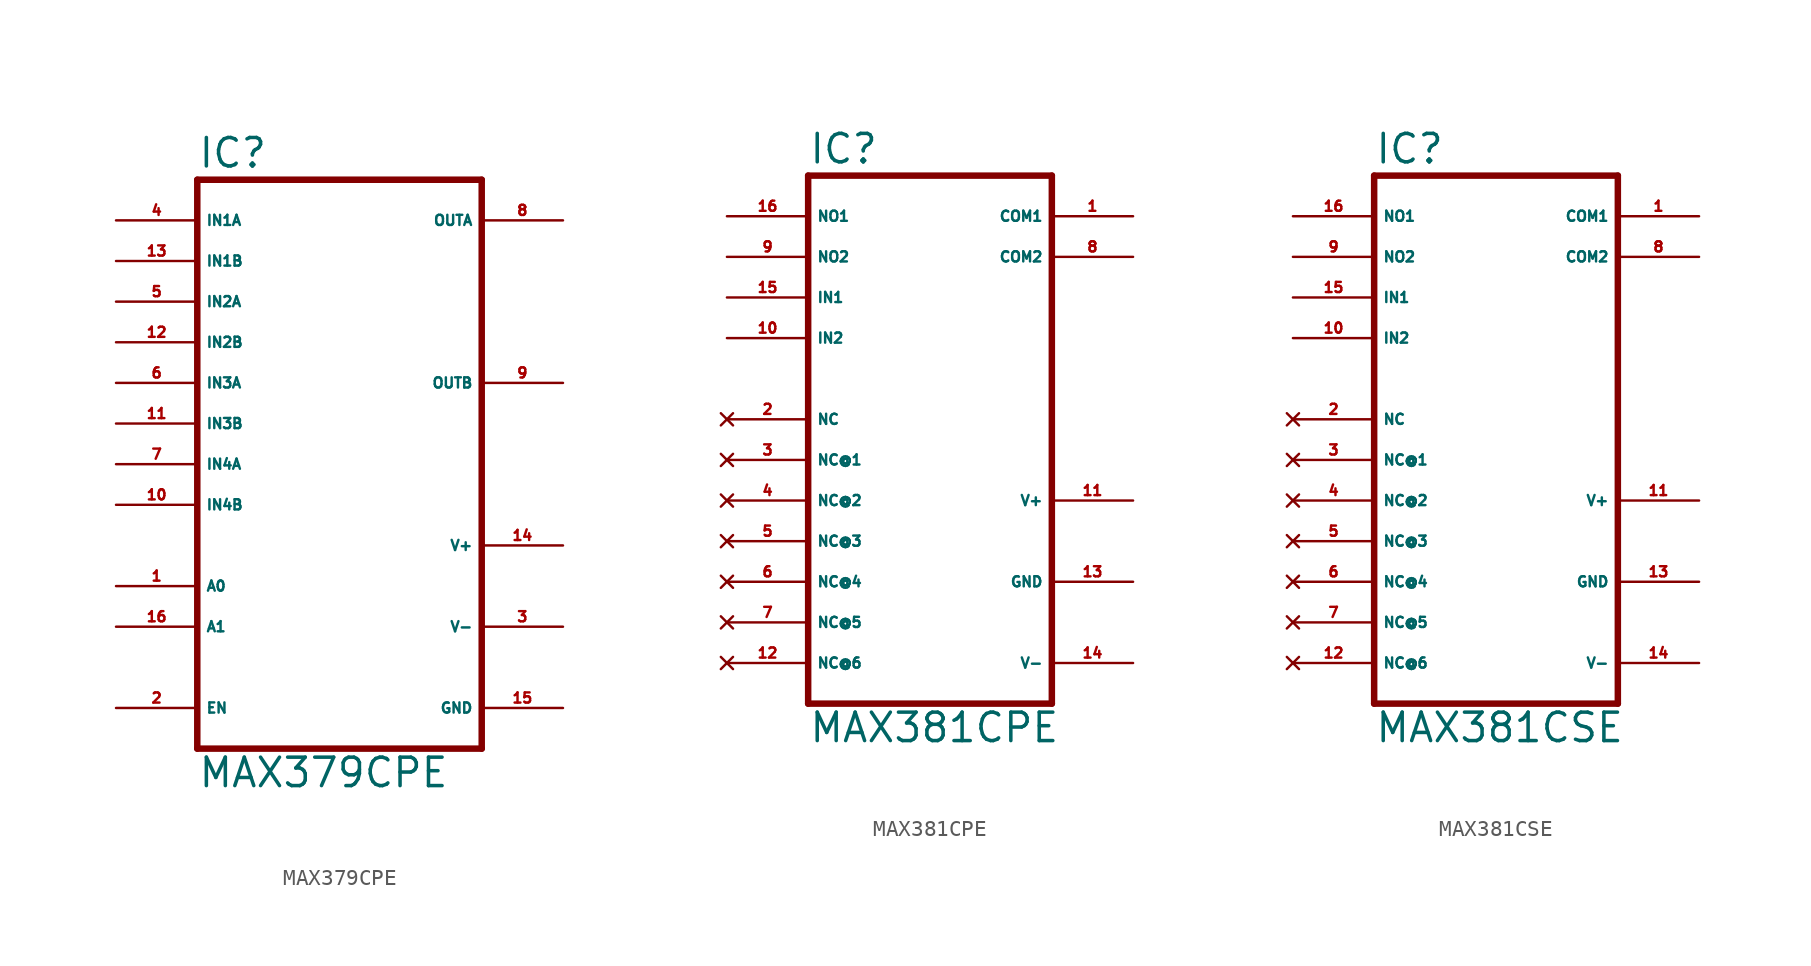
<source format=kicad_sym>
(kicad_symbol_lib
  (version 20220914)
  (generator Eagle2Kicad)
  (symbol "MAX379CPE"
    (property "Reference" "IC"
      (at -10.16 18.415 0)
      (effects (font (size 1.778 1.778) (thickness 0.22)) (justify left bottom)))
    (property "Value" "MAX379CPE"
      (at -10.16 -20.32 0)
      (effects (font (size 1.778 1.778) (thickness 0.22)) (justify left bottom)))
    (polyline
      (pts (xy 7.62 -17.78) (xy -10.16 -17.78))
      (stroke (width 0.406) (type default))
      (fill (type none)))
    (polyline
      (pts (xy -10.16 17.78) (xy -10.16 -17.78))
      (stroke (width 0.406) (type default))
      (fill (type none)))
    (polyline
      (pts (xy -10.16 17.78) (xy 7.62 17.78))
      (stroke (width 0.406) (type default))
      (fill (type none)))
    (polyline
      (pts (xy 7.62 -17.78) (xy 7.62 17.78))
      (stroke (width 0.406) (type default))
      (fill (type none)))
    (pin passive line
      (at -15.24 5.08 0)
      (length 5.08)
      (name "IN3A" (effects (font (size 0.635 0.635) (thickness 0.08)) (justify left bottom)))
      (number "6" (effects (font (size 0.635 0.635) (thickness 0.08)) (justify left bottom))))
    (pin passive line
      (at -15.24 2.54 0)
      (length 5.08)
      (name "IN3B" (effects (font (size 0.635 0.635) (thickness 0.08)) (justify left bottom)))
      (number "11" (effects (font (size 0.635 0.635) (thickness 0.08)) (justify left bottom))))
    (pin passive line
      (at -15.24 0 0)
      (length 5.08)
      (name "IN4A" (effects (font (size 0.635 0.635) (thickness 0.08)) (justify left bottom)))
      (number "7" (effects (font (size 0.635 0.635) (thickness 0.08)) (justify left bottom))))
    (pin passive line
      (at -15.24 -2.54 0)
      (length 5.08)
      (name "IN4B" (effects (font (size 0.635 0.635) (thickness 0.08)) (justify left bottom)))
      (number "10" (effects (font (size 0.635 0.635) (thickness 0.08)) (justify left bottom))))
    (pin passive line
      (at -15.24 15.24 0)
      (length 5.08)
      (name "IN1A" (effects (font (size 0.635 0.635) (thickness 0.08)) (justify left bottom)))
      (number "4" (effects (font (size 0.635 0.635) (thickness 0.08)) (justify left bottom))))
    (pin passive line
      (at -15.24 12.7 0)
      (length 5.08)
      (name "IN1B" (effects (font (size 0.635 0.635) (thickness 0.08)) (justify left bottom)))
      (number "13" (effects (font (size 0.635 0.635) (thickness 0.08)) (justify left bottom))))
    (pin passive line
      (at -15.24 10.16 0)
      (length 5.08)
      (name "IN2A" (effects (font (size 0.635 0.635) (thickness 0.08)) (justify left bottom)))
      (number "5" (effects (font (size 0.635 0.635) (thickness 0.08)) (justify left bottom))))
    (pin passive line
      (at -15.24 7.62 0)
      (length 5.08)
      (name "IN2B" (effects (font (size 0.635 0.635) (thickness 0.08)) (justify left bottom)))
      (number "12" (effects (font (size 0.635 0.635) (thickness 0.08)) (justify left bottom))))
    (pin passive line
      (at 12.7 15.24 180)
      (length 5.08)
      (name "OUTA" (effects (font (size 0.635 0.635) (thickness 0.08)) (justify left bottom)))
      (number "8" (effects (font (size 0.635 0.635) (thickness 0.08)) (justify left bottom))))
    (pin unspecified line
      (at 12.7 -15.24 180)
      (length 5.08)
      (name "GND" (effects (font (size 0.635 0.635) (thickness 0.08)) (justify left bottom)))
      (number "15" (effects (font (size 0.635 0.635) (thickness 0.08)) (justify left bottom))))
    (pin unspecified line
      (at 12.7 -10.16 180)
      (length 5.08)
      (name "V-" (effects (font (size 0.635 0.635) (thickness 0.08)) (justify left bottom)))
      (number "3" (effects (font (size 0.635 0.635) (thickness 0.08)) (justify left bottom))))
    (pin unspecified line
      (at 12.7 -5.08 180)
      (length 5.08)
      (name "V+" (effects (font (size 0.635 0.635) (thickness 0.08)) (justify left bottom)))
      (number "14" (effects (font (size 0.635 0.635) (thickness 0.08)) (justify left bottom))))
    (pin input line
      (at -15.24 -15.24 0)
      (length 5.08)
      (name "EN" (effects (font (size 0.635 0.635) (thickness 0.08)) (justify left bottom)))
      (number "2" (effects (font (size 0.635 0.635) (thickness 0.08)) (justify left bottom))))
    (pin input line
      (at -15.24 -10.16 0)
      (length 5.08)
      (name "A1" (effects (font (size 0.635 0.635) (thickness 0.08)) (justify left bottom)))
      (number "16" (effects (font (size 0.635 0.635) (thickness 0.08)) (justify left bottom))))
    (pin input line
      (at -15.24 -7.62 0)
      (length 5.08)
      (name "A0" (effects (font (size 0.635 0.635) (thickness 0.08)) (justify left bottom)))
      (number "1" (effects (font (size 0.635 0.635) (thickness 0.08)) (justify left bottom))))
    (pin passive line
      (at 12.7 5.08 180)
      (length 5.08)
      (name "OUTB" (effects (font (size 0.635 0.635) (thickness 0.08)) (justify left bottom)))
      (number "9" (effects (font (size 0.635 0.635) (thickness 0.08)) (justify left bottom)))))
  (symbol "MAX381CPE"
    (property "Reference" "IC"
      (at -7.62 15.875 0)
      (effects (font (size 1.778 1.778) (thickness 0.22)) (justify left bottom)))
    (property "Value" "MAX381CPE"
      (at -7.62 -20.32 0)
      (effects (font (size 1.778 1.778) (thickness 0.22)) (justify left bottom)))
    (polyline
      (pts (xy -7.62 -17.78) (xy 7.62 -17.78))
      (stroke (width 0.406) (type default))
      (fill (type none)))
    (polyline
      (pts (xy 7.62 -17.78) (xy 7.62 15.24))
      (stroke (width 0.406) (type default))
      (fill (type none)))
    (polyline
      (pts (xy 7.62 15.24) (xy -7.62 15.24))
      (stroke (width 0.406) (type default))
      (fill (type none)))
    (polyline
      (pts (xy -7.62 15.24) (xy -7.62 -17.78))
      (stroke (width 0.406) (type default))
      (fill (type none)))
    (pin input line
      (at -12.7 7.62 0)
      (length 5.08)
      (name "IN1" (effects (font (size 0.635 0.635) (thickness 0.08)) (justify left bottom)))
      (number "15" (effects (font (size 0.635 0.635) (thickness 0.08)) (justify left bottom))))
    (pin input line
      (at -12.7 5.08 0)
      (length 5.08)
      (name "IN2" (effects (font (size 0.635 0.635) (thickness 0.08)) (justify left bottom)))
      (number "10" (effects (font (size 0.635 0.635) (thickness 0.08)) (justify left bottom))))
    (pin passive line
      (at -12.7 12.7 0)
      (length 5.08)
      (name "NO1" (effects (font (size 0.635 0.635) (thickness 0.08)) (justify left bottom)))
      (number "16" (effects (font (size 0.635 0.635) (thickness 0.08)) (justify left bottom))))
    (pin passive line
      (at -12.7 10.16 0)
      (length 5.08)
      (name "NO2" (effects (font (size 0.635 0.635) (thickness 0.08)) (justify left bottom)))
      (number "9" (effects (font (size 0.635 0.635) (thickness 0.08)) (justify left bottom))))
    (pin passive line
      (at 12.7 12.7 180)
      (length 5.08)
      (name "COM1" (effects (font (size 0.635 0.635) (thickness 0.08)) (justify left bottom)))
      (number "1" (effects (font (size 0.635 0.635) (thickness 0.08)) (justify left bottom))))
    (pin passive line
      (at 12.7 10.16 180)
      (length 5.08)
      (name "COM2" (effects (font (size 0.635 0.635) (thickness 0.08)) (justify left bottom)))
      (number "8" (effects (font (size 0.635 0.635) (thickness 0.08)) (justify left bottom))))
    (pin unspecified line
      (at 12.7 -5.08 180)
      (length 5.08)
      (name "V+" (effects (font (size 0.635 0.635) (thickness 0.08)) (justify left bottom)))
      (number "11" (effects (font (size 0.635 0.635) (thickness 0.08)) (justify left bottom))))
    (pin unspecified line
      (at 12.7 -10.16 180)
      (length 5.08)
      (name "GND" (effects (font (size 0.635 0.635) (thickness 0.08)) (justify left bottom)))
      (number "13" (effects (font (size 0.635 0.635) (thickness 0.08)) (justify left bottom))))
    (pin unspecified line
      (at 12.7 -15.24 180)
      (length 5.08)
      (name "V-" (effects (font (size 0.635 0.635) (thickness 0.08)) (justify left bottom)))
      (number "14" (effects (font (size 0.635 0.635) (thickness 0.08)) (justify left bottom))))
    (pin no_connect line
      (at -12.7 0 0)
      (length 5.08)
      (name "NC" (effects (font (size 0.635 0.635) (thickness 0.08)) (justify left bottom) hide))
      (number "2" (effects (font (size 0.635 0.635) (thickness 0.08)) (justify left bottom) hide)))
    (pin no_connect line
      (at -12.7 -2.54 0)
      (length 5.08)
      (name "NC@1" (effects (font (size 0.635 0.635) (thickness 0.08)) (justify left bottom) hide))
      (number "3" (effects (font (size 0.635 0.635) (thickness 0.08)) (justify left bottom) hide)))
    (pin no_connect line
      (at -12.7 -5.08 0)
      (length 5.08)
      (name "NC@2" (effects (font (size 0.635 0.635) (thickness 0.08)) (justify left bottom) hide))
      (number "4" (effects (font (size 0.635 0.635) (thickness 0.08)) (justify left bottom) hide)))
    (pin no_connect line
      (at -12.7 -7.62 0)
      (length 5.08)
      (name "NC@3" (effects (font (size 0.635 0.635) (thickness 0.08)) (justify left bottom) hide))
      (number "5" (effects (font (size 0.635 0.635) (thickness 0.08)) (justify left bottom) hide)))
    (pin no_connect line
      (at -12.7 -10.16 0)
      (length 5.08)
      (name "NC@4" (effects (font (size 0.635 0.635) (thickness 0.08)) (justify left bottom) hide))
      (number "6" (effects (font (size 0.635 0.635) (thickness 0.08)) (justify left bottom) hide)))
    (pin no_connect line
      (at -12.7 -12.7 0)
      (length 5.08)
      (name "NC@5" (effects (font (size 0.635 0.635) (thickness 0.08)) (justify left bottom) hide))
      (number "7" (effects (font (size 0.635 0.635) (thickness 0.08)) (justify left bottom) hide)))
    (pin no_connect line
      (at -12.7 -15.24 0)
      (length 5.08)
      (name "NC@6" (effects (font (size 0.635 0.635) (thickness 0.08)) (justify left bottom) hide))
      (number "12" (effects (font (size 0.635 0.635) (thickness 0.08)) (justify left bottom) hide))))
  (symbol "MAX381CSE"
    (property "Reference" "IC"
      (at -7.62 15.875 0)
      (effects (font (size 1.778 1.778) (thickness 0.22)) (justify left bottom)))
    (property "Value" "MAX381CSE"
      (at -7.62 -20.32 0)
      (effects (font (size 1.778 1.778) (thickness 0.22)) (justify left bottom)))
    (polyline
      (pts (xy -7.62 -17.78) (xy 7.62 -17.78))
      (stroke (width 0.406) (type default))
      (fill (type none)))
    (polyline
      (pts (xy 7.62 -17.78) (xy 7.62 15.24))
      (stroke (width 0.406) (type default))
      (fill (type none)))
    (polyline
      (pts (xy 7.62 15.24) (xy -7.62 15.24))
      (stroke (width 0.406) (type default))
      (fill (type none)))
    (polyline
      (pts (xy -7.62 15.24) (xy -7.62 -17.78))
      (stroke (width 0.406) (type default))
      (fill (type none)))
    (pin input line
      (at -12.7 7.62 0)
      (length 5.08)
      (name "IN1" (effects (font (size 0.635 0.635) (thickness 0.08)) (justify left bottom)))
      (number "15" (effects (font (size 0.635 0.635) (thickness 0.08)) (justify left bottom))))
    (pin input line
      (at -12.7 5.08 0)
      (length 5.08)
      (name "IN2" (effects (font (size 0.635 0.635) (thickness 0.08)) (justify left bottom)))
      (number "10" (effects (font (size 0.635 0.635) (thickness 0.08)) (justify left bottom))))
    (pin passive line
      (at -12.7 12.7 0)
      (length 5.08)
      (name "NO1" (effects (font (size 0.635 0.635) (thickness 0.08)) (justify left bottom)))
      (number "16" (effects (font (size 0.635 0.635) (thickness 0.08)) (justify left bottom))))
    (pin passive line
      (at -12.7 10.16 0)
      (length 5.08)
      (name "NO2" (effects (font (size 0.635 0.635) (thickness 0.08)) (justify left bottom)))
      (number "9" (effects (font (size 0.635 0.635) (thickness 0.08)) (justify left bottom))))
    (pin passive line
      (at 12.7 12.7 180)
      (length 5.08)
      (name "COM1" (effects (font (size 0.635 0.635) (thickness 0.08)) (justify left bottom)))
      (number "1" (effects (font (size 0.635 0.635) (thickness 0.08)) (justify left bottom))))
    (pin passive line
      (at 12.7 10.16 180)
      (length 5.08)
      (name "COM2" (effects (font (size 0.635 0.635) (thickness 0.08)) (justify left bottom)))
      (number "8" (effects (font (size 0.635 0.635) (thickness 0.08)) (justify left bottom))))
    (pin unspecified line
      (at 12.7 -5.08 180)
      (length 5.08)
      (name "V+" (effects (font (size 0.635 0.635) (thickness 0.08)) (justify left bottom)))
      (number "11" (effects (font (size 0.635 0.635) (thickness 0.08)) (justify left bottom))))
    (pin unspecified line
      (at 12.7 -10.16 180)
      (length 5.08)
      (name "GND" (effects (font (size 0.635 0.635) (thickness 0.08)) (justify left bottom)))
      (number "13" (effects (font (size 0.635 0.635) (thickness 0.08)) (justify left bottom))))
    (pin unspecified line
      (at 12.7 -15.24 180)
      (length 5.08)
      (name "V-" (effects (font (size 0.635 0.635) (thickness 0.08)) (justify left bottom)))
      (number "14" (effects (font (size 0.635 0.635) (thickness 0.08)) (justify left bottom))))
    (pin no_connect line
      (at -12.7 0 0)
      (length 5.08)
      (name "NC" (effects (font (size 0.635 0.635) (thickness 0.08)) (justify left bottom) hide))
      (number "2" (effects (font (size 0.635 0.635) (thickness 0.08)) (justify left bottom) hide)))
    (pin no_connect line
      (at -12.7 -2.54 0)
      (length 5.08)
      (name "NC@1" (effects (font (size 0.635 0.635) (thickness 0.08)) (justify left bottom) hide))
      (number "3" (effects (font (size 0.635 0.635) (thickness 0.08)) (justify left bottom) hide)))
    (pin no_connect line
      (at -12.7 -5.08 0)
      (length 5.08)
      (name "NC@2" (effects (font (size 0.635 0.635) (thickness 0.08)) (justify left bottom) hide))
      (number "4" (effects (font (size 0.635 0.635) (thickness 0.08)) (justify left bottom) hide)))
    (pin no_connect line
      (at -12.7 -7.62 0)
      (length 5.08)
      (name "NC@3" (effects (font (size 0.635 0.635) (thickness 0.08)) (justify left bottom) hide))
      (number "5" (effects (font (size 0.635 0.635) (thickness 0.08)) (justify left bottom) hide)))
    (pin no_connect line
      (at -12.7 -10.16 0)
      (length 5.08)
      (name "NC@4" (effects (font (size 0.635 0.635) (thickness 0.08)) (justify left bottom) hide))
      (number "6" (effects (font (size 0.635 0.635) (thickness 0.08)) (justify left bottom) hide)))
    (pin no_connect line
      (at -12.7 -12.7 0)
      (length 5.08)
      (name "NC@5" (effects (font (size 0.635 0.635) (thickness 0.08)) (justify left bottom) hide))
      (number "7" (effects (font (size 0.635 0.635) (thickness 0.08)) (justify left bottom) hide)))
    (pin no_connect line
      (at -12.7 -15.24 0)
      (length 5.08)
      (name "NC@6" (effects (font (size 0.635 0.635) (thickness 0.08)) (justify left bottom) hide))
      (number "12" (effects (font (size 0.635 0.635) (thickness 0.08)) (justify left bottom) hide)))))
</source>
